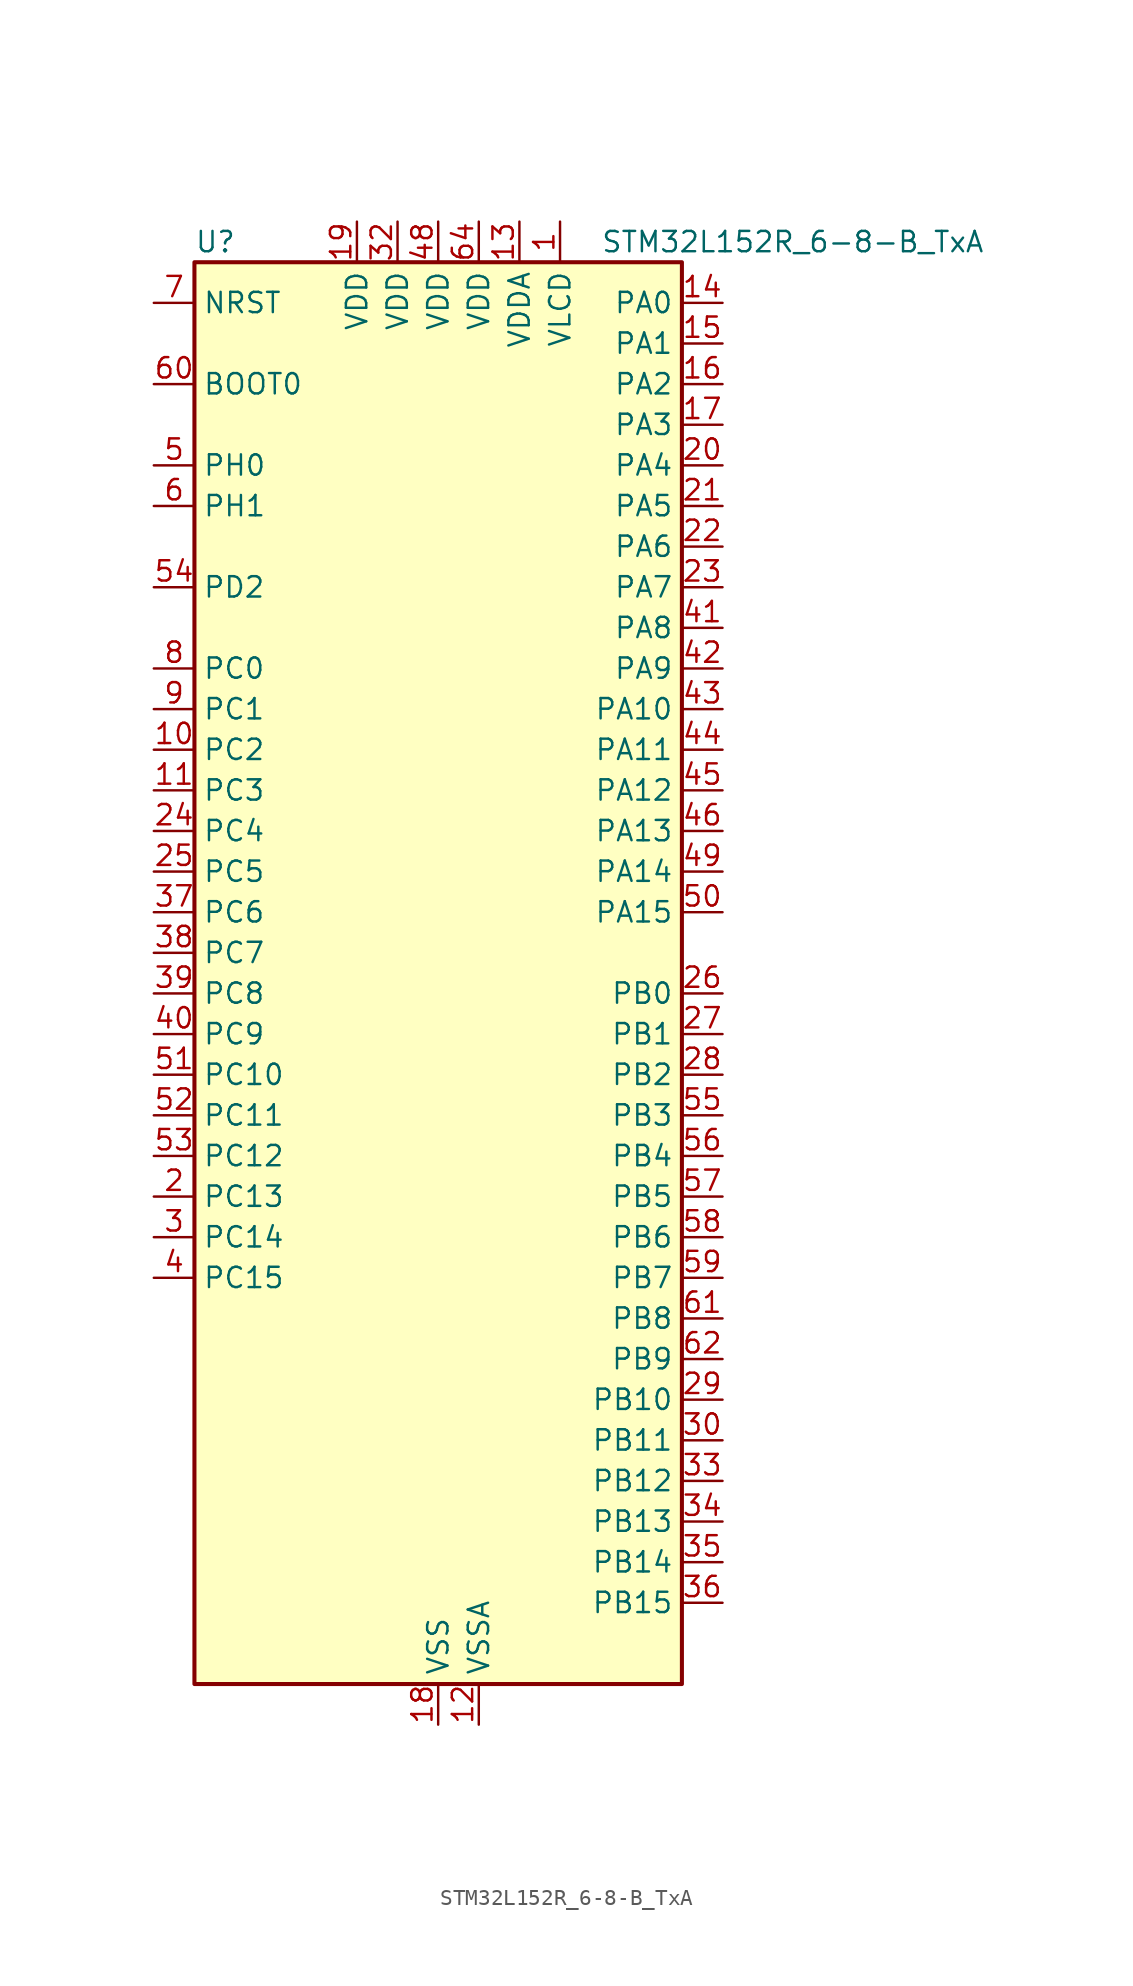
<source format=kicad_sym>
(kicad_symbol_lib
  (version 20231120)
  (generator "kicad-library-utils")
  (generator_version "8.0")
  (symbol "STM32L152R_6-8-B_TxA"
    (property "Reference" "U"
      (at -15.24 46.99 0)
      (effects (font (size 1.27 1.27)) (justify left)))
    (property "Value" "STM32L152R_6-8-B_TxA"
      (at 10.16 46.99 0)
      (effects (font (size 1.27 1.27)) (justify left)))
    (symbol "STM32L152R_6-8-B_TxA_0_1"
      (rectangle (start -15.24 -43.18) (end 15.24 45.72) (stroke (width 0.254) (type default)) (fill (type background))))
    (symbol "STM32L152R_6-8-B_TxA_1_1"
      (pin power_in line (at 7.62 48.26 270) (length 2.54) (name "VLCD" (effects (font (size 1.27 1.27)))) (number "1" (effects (font (size 1.27 1.27)))))
      (pin bidirectional line (at -17.78 15.24 0) (length 2.54) (name "PC2" (effects (font (size 1.27 1.27)))) (number "10" (effects (font (size 1.27 1.27)))) (alternate "ADC_IN12" bidirectional line) (alternate "COMP1_INP" bidirectional line) (alternate "LCD_SEG20" bidirectional line) (alternate "TIMX_IC3" bidirectional line) (alternate "TS_G8_IO3" bidirectional line))
      (pin bidirectional line (at -17.78 12.7 0) (length 2.54) (name "PC3" (effects (font (size 1.27 1.27)))) (number "11" (effects (font (size 1.27 1.27)))) (alternate "ADC_IN13" bidirectional line) (alternate "COMP1_INP" bidirectional line) (alternate "LCD_SEG21" bidirectional line) (alternate "TIMX_IC4" bidirectional line) (alternate "TS_G8_IO4" bidirectional line))
      (pin power_in line (at 2.54 -45.72 90) (length 2.54) (name "VSSA" (effects (font (size 1.27 1.27)))) (number "12" (effects (font (size 1.27 1.27)))))
      (pin power_in line (at 5.08 48.26 270) (length 2.54) (name "VDDA" (effects (font (size 1.27 1.27)))) (number "13" (effects (font (size 1.27 1.27)))))
      (pin bidirectional line (at 17.78 43.18 180) (length 2.54) (name "PA0" (effects (font (size 1.27 1.27)))) (number "14" (effects (font (size 1.27 1.27)))) (alternate "ADC_IN0" bidirectional line) (alternate "COMP1_INP" bidirectional line) (alternate "RTC_TAMP2" bidirectional line) (alternate "SYS_WKUP1" bidirectional line) (alternate "TIM2_CH1" bidirectional line) (alternate "TIM2_ETR" bidirectional line) (alternate "TIMX_IC1" bidirectional line) (alternate "TS_G1_IO1" bidirectional line) (alternate "USART2_CTS" bidirectional line))
      (pin bidirectional line (at 17.78 40.64 180) (length 2.54) (name "PA1" (effects (font (size 1.27 1.27)))) (number "15" (effects (font (size 1.27 1.27)))) (alternate "ADC_IN1" bidirectional line) (alternate "COMP1_INP" bidirectional line) (alternate "LCD_SEG0" bidirectional line) (alternate "TIM2_CH2" bidirectional line) (alternate "TIMX_IC2" bidirectional line) (alternate "TS_G1_IO2" bidirectional line) (alternate "USART2_RTS" bidirectional line))
      (pin bidirectional line (at 17.78 38.1 180) (length 2.54) (name "PA2" (effects (font (size 1.27 1.27)))) (number "16" (effects (font (size 1.27 1.27)))) (alternate "ADC_IN2" bidirectional line) (alternate "COMP1_INP" bidirectional line) (alternate "LCD_SEG1" bidirectional line) (alternate "TIM2_CH3" bidirectional line) (alternate "TIM9_CH1" bidirectional line) (alternate "TIMX_IC3" bidirectional line) (alternate "TS_G1_IO3" bidirectional line) (alternate "USART2_TX" bidirectional line))
      (pin bidirectional line (at 17.78 35.56 180) (length 2.54) (name "PA3" (effects (font (size 1.27 1.27)))) (number "17" (effects (font (size 1.27 1.27)))) (alternate "ADC_IN3" bidirectional line) (alternate "COMP1_INP" bidirectional line) (alternate "LCD_SEG2" bidirectional line) (alternate "TIM2_CH4" bidirectional line) (alternate "TIM9_CH2" bidirectional line) (alternate "TIMX_IC4" bidirectional line) (alternate "TS_G1_IO4" bidirectional line) (alternate "USART2_RX" bidirectional line))
      (pin power_in line (at 0 -45.72 90) (length 2.54) (name "VSS" (effects (font (size 1.27 1.27)))) (number "18" (effects (font (size 1.27 1.27)))))
      (pin power_in line (at -5.08 48.26 270) (length 2.54) (name "VDD" (effects (font (size 1.27 1.27)))) (number "19" (effects (font (size 1.27 1.27)))))
      (pin bidirectional line (at -17.78 -12.7 0) (length 2.54) (name "PC13" (effects (font (size 1.27 1.27)))) (number "2" (effects (font (size 1.27 1.27)))) (alternate "RTC_OUT_ALARM" bidirectional line) (alternate "RTC_OUT_CALIB" bidirectional line) (alternate "RTC_TAMP1" bidirectional line) (alternate "RTC_TS" bidirectional line) (alternate "SYS_WKUP2" bidirectional line) (alternate "TIMX_IC2" bidirectional line))
      (pin bidirectional line (at 17.78 33.02 180) (length 2.54) (name "PA4" (effects (font (size 1.27 1.27)))) (number "20" (effects (font (size 1.27 1.27)))) (alternate "ADC_IN4" bidirectional line) (alternate "COMP1_INP" bidirectional line) (alternate "DAC_OUT1" bidirectional line) (alternate "SPI1_NSS" bidirectional line) (alternate "TIMX_IC1" bidirectional line) (alternate "USART2_CK" bidirectional line))
      (pin bidirectional line (at 17.78 30.48 180) (length 2.54) (name "PA5" (effects (font (size 1.27 1.27)))) (number "21" (effects (font (size 1.27 1.27)))) (alternate "ADC_IN5" bidirectional line) (alternate "COMP1_INP" bidirectional line) (alternate "DAC_OUT2" bidirectional line) (alternate "SPI1_SCK" bidirectional line) (alternate "TIM2_CH1" bidirectional line) (alternate "TIM2_ETR" bidirectional line) (alternate "TIMX_IC2" bidirectional line))
      (pin bidirectional line (at 17.78 27.94 180) (length 2.54) (name "PA6" (effects (font (size 1.27 1.27)))) (number "22" (effects (font (size 1.27 1.27)))) (alternate "ADC_IN6" bidirectional line) (alternate "COMP1_INP" bidirectional line) (alternate "LCD_SEG3" bidirectional line) (alternate "SPI1_MISO" bidirectional line) (alternate "TIM10_CH1" bidirectional line) (alternate "TIM3_CH1" bidirectional line) (alternate "TIMX_IC3" bidirectional line) (alternate "TS_G2_IO1" bidirectional line))
      (pin bidirectional line (at 17.78 25.4 180) (length 2.54) (name "PA7" (effects (font (size 1.27 1.27)))) (number "23" (effects (font (size 1.27 1.27)))) (alternate "ADC_IN7" bidirectional line) (alternate "COMP1_INP" bidirectional line) (alternate "LCD_SEG4" bidirectional line) (alternate "SPI1_MOSI" bidirectional line) (alternate "TIM11_CH1" bidirectional line) (alternate "TIM3_CH2" bidirectional line) (alternate "TIMX_IC4" bidirectional line) (alternate "TS_G2_IO2" bidirectional line))
      (pin bidirectional line (at -17.78 10.16 0) (length 2.54) (name "PC4" (effects (font (size 1.27 1.27)))) (number "24" (effects (font (size 1.27 1.27)))) (alternate "ADC_IN14" bidirectional line) (alternate "COMP1_INP" bidirectional line) (alternate "LCD_SEG22" bidirectional line) (alternate "TIMX_IC1" bidirectional line) (alternate "TS_G9_IO1" bidirectional line))
      (pin bidirectional line (at -17.78 7.62 0) (length 2.54) (name "PC5" (effects (font (size 1.27 1.27)))) (number "25" (effects (font (size 1.27 1.27)))) (alternate "ADC_IN15" bidirectional line) (alternate "COMP1_INP" bidirectional line) (alternate "LCD_SEG23" bidirectional line) (alternate "TIMX_IC2" bidirectional line) (alternate "TS_G9_IO2" bidirectional line))
      (pin bidirectional line (at 17.78 0 180) (length 2.54) (name "PB0" (effects (font (size 1.27 1.27)))) (number "26" (effects (font (size 1.27 1.27)))) (alternate "ADC_IN8" bidirectional line) (alternate "COMP1_INP" bidirectional line) (alternate "LCD_SEG5" bidirectional line) (alternate "SYS_V_REF_OUT" bidirectional line) (alternate "TIM3_CH3" bidirectional line) (alternate "TS_G3_IO1" bidirectional line))
      (pin bidirectional line (at 17.78 -2.54 180) (length 2.54) (name "PB1" (effects (font (size 1.27 1.27)))) (number "27" (effects (font (size 1.27 1.27)))) (alternate "ADC_IN9" bidirectional line) (alternate "COMP1_INP" bidirectional line) (alternate "LCD_SEG6" bidirectional line) (alternate "SYS_V_REF_OUT" bidirectional line) (alternate "TIM3_CH4" bidirectional line) (alternate "TS_G3_IO2" bidirectional line))
      (pin bidirectional line (at 17.78 -5.08 180) (length 2.54) (name "PB2" (effects (font (size 1.27 1.27)))) (number "28" (effects (font (size 1.27 1.27)))) (alternate "TS_G3_IO3" bidirectional line))
      (pin bidirectional line (at 17.78 -25.4 180) (length 2.54) (name "PB10" (effects (font (size 1.27 1.27)))) (number "29" (effects (font (size 1.27 1.27)))) (alternate "I2C2_SCL" bidirectional line) (alternate "LCD_SEG10" bidirectional line) (alternate "TIM2_CH3" bidirectional line) (alternate "USART3_TX" bidirectional line))
      (pin bidirectional line (at -17.78 -15.24 0) (length 2.54) (name "PC14" (effects (font (size 1.27 1.27)))) (number "3" (effects (font (size 1.27 1.27)))) (alternate "RCC_OSC32_IN" bidirectional line) (alternate "TIMX_IC3" bidirectional line))
      (pin bidirectional line (at 17.78 -27.94 180) (length 2.54) (name "PB11" (effects (font (size 1.27 1.27)))) (number "30" (effects (font (size 1.27 1.27)))) (alternate "ADC_EXTI11" bidirectional line) (alternate "I2C2_SDA" bidirectional line) (alternate "LCD_SEG11" bidirectional line) (alternate "TIM2_CH4" bidirectional line) (alternate "USART3_RX" bidirectional line))
      (pin passive line (at 0 -45.72 90) (length 2.54) hide (name "VSS" (effects (font (size 1.27 1.27)))) (number "31" (effects (font (size 1.27 1.27)))))
      (pin power_in line (at -2.54 48.26 270) (length 2.54) (name "VDD" (effects (font (size 1.27 1.27)))) (number "32" (effects (font (size 1.27 1.27)))))
      (pin bidirectional line (at 17.78 -30.48 180) (length 2.54) (name "PB12" (effects (font (size 1.27 1.27)))) (number "33" (effects (font (size 1.27 1.27)))) (alternate "ADC_IN18" bidirectional line) (alternate "COMP1_INP" bidirectional line) (alternate "I2C2_SMBA" bidirectional line) (alternate "LCD_SEG12" bidirectional line) (alternate "SPI2_NSS" bidirectional line) (alternate "TIM10_CH1" bidirectional line) (alternate "TS_G7_IO1" bidirectional line) (alternate "USART3_CK" bidirectional line))
      (pin bidirectional line (at 17.78 -33.02 180) (length 2.54) (name "PB13" (effects (font (size 1.27 1.27)))) (number "34" (effects (font (size 1.27 1.27)))) (alternate "ADC_IN19" bidirectional line) (alternate "COMP1_INP" bidirectional line) (alternate "LCD_SEG13" bidirectional line) (alternate "SPI2_SCK" bidirectional line) (alternate "TIM9_CH1" bidirectional line) (alternate "TS_G7_IO2" bidirectional line) (alternate "USART3_CTS" bidirectional line))
      (pin bidirectional line (at 17.78 -35.56 180) (length 2.54) (name "PB14" (effects (font (size 1.27 1.27)))) (number "35" (effects (font (size 1.27 1.27)))) (alternate "ADC_IN20" bidirectional line) (alternate "COMP1_INP" bidirectional line) (alternate "LCD_SEG14" bidirectional line) (alternate "SPI2_MISO" bidirectional line) (alternate "TIM9_CH2" bidirectional line) (alternate "TS_G7_IO3" bidirectional line) (alternate "USART3_RTS" bidirectional line))
      (pin bidirectional line (at 17.78 -38.1 180) (length 2.54) (name "PB15" (effects (font (size 1.27 1.27)))) (number "36" (effects (font (size 1.27 1.27)))) (alternate "ADC_EXTI15" bidirectional line) (alternate "ADC_IN21" bidirectional line) (alternate "COMP1_INP" bidirectional line) (alternate "LCD_SEG15" bidirectional line) (alternate "RTC_REFIN" bidirectional line) (alternate "SPI2_MOSI" bidirectional line) (alternate "TIM11_CH1" bidirectional line) (alternate "TS_G7_IO4" bidirectional line))
      (pin bidirectional line (at -17.78 5.08 0) (length 2.54) (name "PC6" (effects (font (size 1.27 1.27)))) (number "37" (effects (font (size 1.27 1.27)))) (alternate "LCD_SEG24" bidirectional line) (alternate "TIM3_CH1" bidirectional line) (alternate "TIMX_IC3" bidirectional line) (alternate "TS_G10_IO1" bidirectional line))
      (pin bidirectional line (at -17.78 2.54 0) (length 2.54) (name "PC7" (effects (font (size 1.27 1.27)))) (number "38" (effects (font (size 1.27 1.27)))) (alternate "LCD_SEG25" bidirectional line) (alternate "TIM3_CH2" bidirectional line) (alternate "TIMX_IC4" bidirectional line) (alternate "TS_G10_IO2" bidirectional line))
      (pin bidirectional line (at -17.78 0 0) (length 2.54) (name "PC8" (effects (font (size 1.27 1.27)))) (number "39" (effects (font (size 1.27 1.27)))) (alternate "LCD_SEG26" bidirectional line) (alternate "TIM3_CH3" bidirectional line) (alternate "TIMX_IC1" bidirectional line) (alternate "TS_G10_IO3" bidirectional line))
      (pin bidirectional line (at -17.78 -17.78 0) (length 2.54) (name "PC15" (effects (font (size 1.27 1.27)))) (number "4" (effects (font (size 1.27 1.27)))) (alternate "ADC_EXTI15" bidirectional line) (alternate "RCC_OSC32_OUT" bidirectional line) (alternate "TIMX_IC4" bidirectional line))
      (pin bidirectional line (at -17.78 -2.54 0) (length 2.54) (name "PC9" (effects (font (size 1.27 1.27)))) (number "40" (effects (font (size 1.27 1.27)))) (alternate "DAC_EXTI9" bidirectional line) (alternate "LCD_SEG27" bidirectional line) (alternate "TIM3_CH4" bidirectional line) (alternate "TIMX_IC2" bidirectional line) (alternate "TS_G10_IO4" bidirectional line))
      (pin bidirectional line (at 17.78 22.86 180) (length 2.54) (name "PA8" (effects (font (size 1.27 1.27)))) (number "41" (effects (font (size 1.27 1.27)))) (alternate "LCD_COM0" bidirectional line) (alternate "RCC_MCO" bidirectional line) (alternate "TIMX_IC1" bidirectional line) (alternate "TS_G4_IO1" bidirectional line) (alternate "USART1_CK" bidirectional line))
      (pin bidirectional line (at 17.78 20.32 180) (length 2.54) (name "PA9" (effects (font (size 1.27 1.27)))) (number "42" (effects (font (size 1.27 1.27)))) (alternate "DAC_EXTI9" bidirectional line) (alternate "LCD_COM1" bidirectional line) (alternate "TIMX_IC2" bidirectional line) (alternate "TS_G4_IO2" bidirectional line) (alternate "USART1_TX" bidirectional line))
      (pin bidirectional line (at 17.78 17.78 180) (length 2.54) (name "PA10" (effects (font (size 1.27 1.27)))) (number "43" (effects (font (size 1.27 1.27)))) (alternate "LCD_COM2" bidirectional line) (alternate "TIMX_IC3" bidirectional line) (alternate "TS_G4_IO3" bidirectional line) (alternate "USART1_RX" bidirectional line))
      (pin bidirectional line (at 17.78 15.24 180) (length 2.54) (name "PA11" (effects (font (size 1.27 1.27)))) (number "44" (effects (font (size 1.27 1.27)))) (alternate "ADC_EXTI11" bidirectional line) (alternate "SPI1_MISO" bidirectional line) (alternate "TIMX_IC4" bidirectional line) (alternate "USART1_CTS" bidirectional line) (alternate "USB_DM" bidirectional line))
      (pin bidirectional line (at 17.78 12.7 180) (length 2.54) (name "PA12" (effects (font (size 1.27 1.27)))) (number "45" (effects (font (size 1.27 1.27)))) (alternate "SPI1_MOSI" bidirectional line) (alternate "TIMX_IC1" bidirectional line) (alternate "USART1_RTS" bidirectional line) (alternate "USB_DP" bidirectional line))
      (pin bidirectional line (at 17.78 10.16 180) (length 2.54) (name "PA13" (effects (font (size 1.27 1.27)))) (number "46" (effects (font (size 1.27 1.27)))) (alternate "SYS_JTMS-SWDIO" bidirectional line) (alternate "TIMX_IC2" bidirectional line) (alternate "TS_G5_IO1" bidirectional line))
      (pin passive line (at 0 -45.72 90) (length 2.54) hide (name "VSS" (effects (font (size 1.27 1.27)))) (number "47" (effects (font (size 1.27 1.27)))))
      (pin power_in line (at 0 48.26 270) (length 2.54) (name "VDD" (effects (font (size 1.27 1.27)))) (number "48" (effects (font (size 1.27 1.27)))))
      (pin bidirectional line (at 17.78 7.62 180) (length 2.54) (name "PA14" (effects (font (size 1.27 1.27)))) (number "49" (effects (font (size 1.27 1.27)))) (alternate "SYS_JTCK-SWCLK" bidirectional line) (alternate "TIMX_IC3" bidirectional line) (alternate "TS_G5_IO2" bidirectional line))
      (pin bidirectional line (at -17.78 33.02 0) (length 2.54) (name "PH0" (effects (font (size 1.27 1.27)))) (number "5" (effects (font (size 1.27 1.27)))) (alternate "RCC_OSC_IN" bidirectional line))
      (pin bidirectional line (at 17.78 5.08 180) (length 2.54) (name "PA15" (effects (font (size 1.27 1.27)))) (number "50" (effects (font (size 1.27 1.27)))) (alternate "ADC_EXTI15" bidirectional line) (alternate "LCD_SEG17" bidirectional line) (alternate "SPI1_NSS" bidirectional line) (alternate "SYS_JTDI" bidirectional line) (alternate "TIM2_CH1" bidirectional line) (alternate "TIM2_ETR" bidirectional line) (alternate "TIMX_IC4" bidirectional line) (alternate "TS_G5_IO3" bidirectional line))
      (pin bidirectional line (at -17.78 -5.08 0) (length 2.54) (name "PC10" (effects (font (size 1.27 1.27)))) (number "51" (effects (font (size 1.27 1.27)))) (alternate "LCD_COM4" bidirectional line) (alternate "LCD_SEG28" bidirectional line) (alternate "LCD_SEG40" bidirectional line) (alternate "TIMX_IC3" bidirectional line) (alternate "USART3_TX" bidirectional line))
      (pin bidirectional line (at -17.78 -7.62 0) (length 2.54) (name "PC11" (effects (font (size 1.27 1.27)))) (number "52" (effects (font (size 1.27 1.27)))) (alternate "ADC_EXTI11" bidirectional line) (alternate "LCD_COM5" bidirectional line) (alternate "LCD_SEG29" bidirectional line) (alternate "LCD_SEG41" bidirectional line) (alternate "TIMX_IC4" bidirectional line) (alternate "USART3_RX" bidirectional line))
      (pin bidirectional line (at -17.78 -10.16 0) (length 2.54) (name "PC12" (effects (font (size 1.27 1.27)))) (number "53" (effects (font (size 1.27 1.27)))) (alternate "LCD_COM6" bidirectional line) (alternate "LCD_SEG30" bidirectional line) (alternate "LCD_SEG42" bidirectional line) (alternate "TIMX_IC1" bidirectional line) (alternate "USART3_CK" bidirectional line))
      (pin bidirectional line (at -17.78 25.4 0) (length 2.54) (name "PD2" (effects (font (size 1.27 1.27)))) (number "54" (effects (font (size 1.27 1.27)))) (alternate "LCD_COM7" bidirectional line) (alternate "LCD_SEG31" bidirectional line) (alternate "LCD_SEG43" bidirectional line) (alternate "TIM3_ETR" bidirectional line) (alternate "TIMX_IC3" bidirectional line))
      (pin bidirectional line (at 17.78 -7.62 180) (length 2.54) (name "PB3" (effects (font (size 1.27 1.27)))) (number "55" (effects (font (size 1.27 1.27)))) (alternate "COMP2_INM" bidirectional line) (alternate "LCD_SEG7" bidirectional line) (alternate "SPI1_SCK" bidirectional line) (alternate "SYS_JTDO-TRACESWO" bidirectional line) (alternate "TIM2_CH2" bidirectional line))
      (pin bidirectional line (at 17.78 -10.16 180) (length 2.54) (name "PB4" (effects (font (size 1.27 1.27)))) (number "56" (effects (font (size 1.27 1.27)))) (alternate "COMP2_INP" bidirectional line) (alternate "LCD_SEG8" bidirectional line) (alternate "SPI1_MISO" bidirectional line) (alternate "SYS_JTRST" bidirectional line) (alternate "TIM3_CH1" bidirectional line) (alternate "TS_G6_IO1" bidirectional line))
      (pin bidirectional line (at 17.78 -12.7 180) (length 2.54) (name "PB5" (effects (font (size 1.27 1.27)))) (number "57" (effects (font (size 1.27 1.27)))) (alternate "COMP2_INP" bidirectional line) (alternate "I2C1_SMBA" bidirectional line) (alternate "LCD_SEG9" bidirectional line) (alternate "SPI1_MOSI" bidirectional line) (alternate "TIM3_CH2" bidirectional line) (alternate "TS_G6_IO2" bidirectional line))
      (pin bidirectional line (at 17.78 -15.24 180) (length 2.54) (name "PB6" (effects (font (size 1.27 1.27)))) (number "58" (effects (font (size 1.27 1.27)))) (alternate "I2C1_SCL" bidirectional line) (alternate "TIM4_CH1" bidirectional line) (alternate "TS_G6_IO3" bidirectional line) (alternate "USART1_TX" bidirectional line))
      (pin bidirectional line (at 17.78 -17.78 180) (length 2.54) (name "PB7" (effects (font (size 1.27 1.27)))) (number "59" (effects (font (size 1.27 1.27)))) (alternate "I2C1_SDA" bidirectional line) (alternate "SYS_PVD_IN" bidirectional line) (alternate "TIM4_CH2" bidirectional line) (alternate "TS_G6_IO4" bidirectional line) (alternate "USART1_RX" bidirectional line))
      (pin bidirectional line (at -17.78 30.48 0) (length 2.54) (name "PH1" (effects (font (size 1.27 1.27)))) (number "6" (effects (font (size 1.27 1.27)))) (alternate "RCC_OSC_OUT" bidirectional line))
      (pin input line (at -17.78 38.1 0) (length 2.54) (name "BOOT0" (effects (font (size 1.27 1.27)))) (number "60" (effects (font (size 1.27 1.27)))))
      (pin bidirectional line (at 17.78 -20.32 180) (length 2.54) (name "PB8" (effects (font (size 1.27 1.27)))) (number "61" (effects (font (size 1.27 1.27)))) (alternate "I2C1_SCL" bidirectional line) (alternate "LCD_SEG16" bidirectional line) (alternate "TIM10_CH1" bidirectional line) (alternate "TIM4_CH3" bidirectional line))
      (pin bidirectional line (at 17.78 -22.86 180) (length 2.54) (name "PB9" (effects (font (size 1.27 1.27)))) (number "62" (effects (font (size 1.27 1.27)))) (alternate "DAC_EXTI9" bidirectional line) (alternate "I2C1_SDA" bidirectional line) (alternate "LCD_COM3" bidirectional line) (alternate "TIM11_CH1" bidirectional line) (alternate "TIM4_CH4" bidirectional line))
      (pin passive line (at 0 -45.72 90) (length 2.54) hide (name "VSS" (effects (font (size 1.27 1.27)))) (number "63" (effects (font (size 1.27 1.27)))))
      (pin power_in line (at 2.54 48.26 270) (length 2.54) (name "VDD" (effects (font (size 1.27 1.27)))) (number "64" (effects (font (size 1.27 1.27)))))
      (pin input line (at -17.78 43.18 0) (length 2.54) (name "NRST" (effects (font (size 1.27 1.27)))) (number "7" (effects (font (size 1.27 1.27)))))
      (pin bidirectional line (at -17.78 20.32 0) (length 2.54) (name "PC0" (effects (font (size 1.27 1.27)))) (number "8" (effects (font (size 1.27 1.27)))) (alternate "ADC_IN10" bidirectional line) (alternate "COMP1_INP" bidirectional line) (alternate "LCD_SEG18" bidirectional line) (alternate "TIMX_IC1" bidirectional line) (alternate "TS_G8_IO1" bidirectional line))
      (pin bidirectional line (at -17.78 17.78 0) (length 2.54) (name "PC1" (effects (font (size 1.27 1.27)))) (number "9" (effects (font (size 1.27 1.27)))) (alternate "ADC_IN11" bidirectional line) (alternate "COMP1_INP" bidirectional line) (alternate "LCD_SEG19" bidirectional line) (alternate "TIMX_IC2" bidirectional line) (alternate "TS_G8_IO2" bidirectional line)))))
</source>
